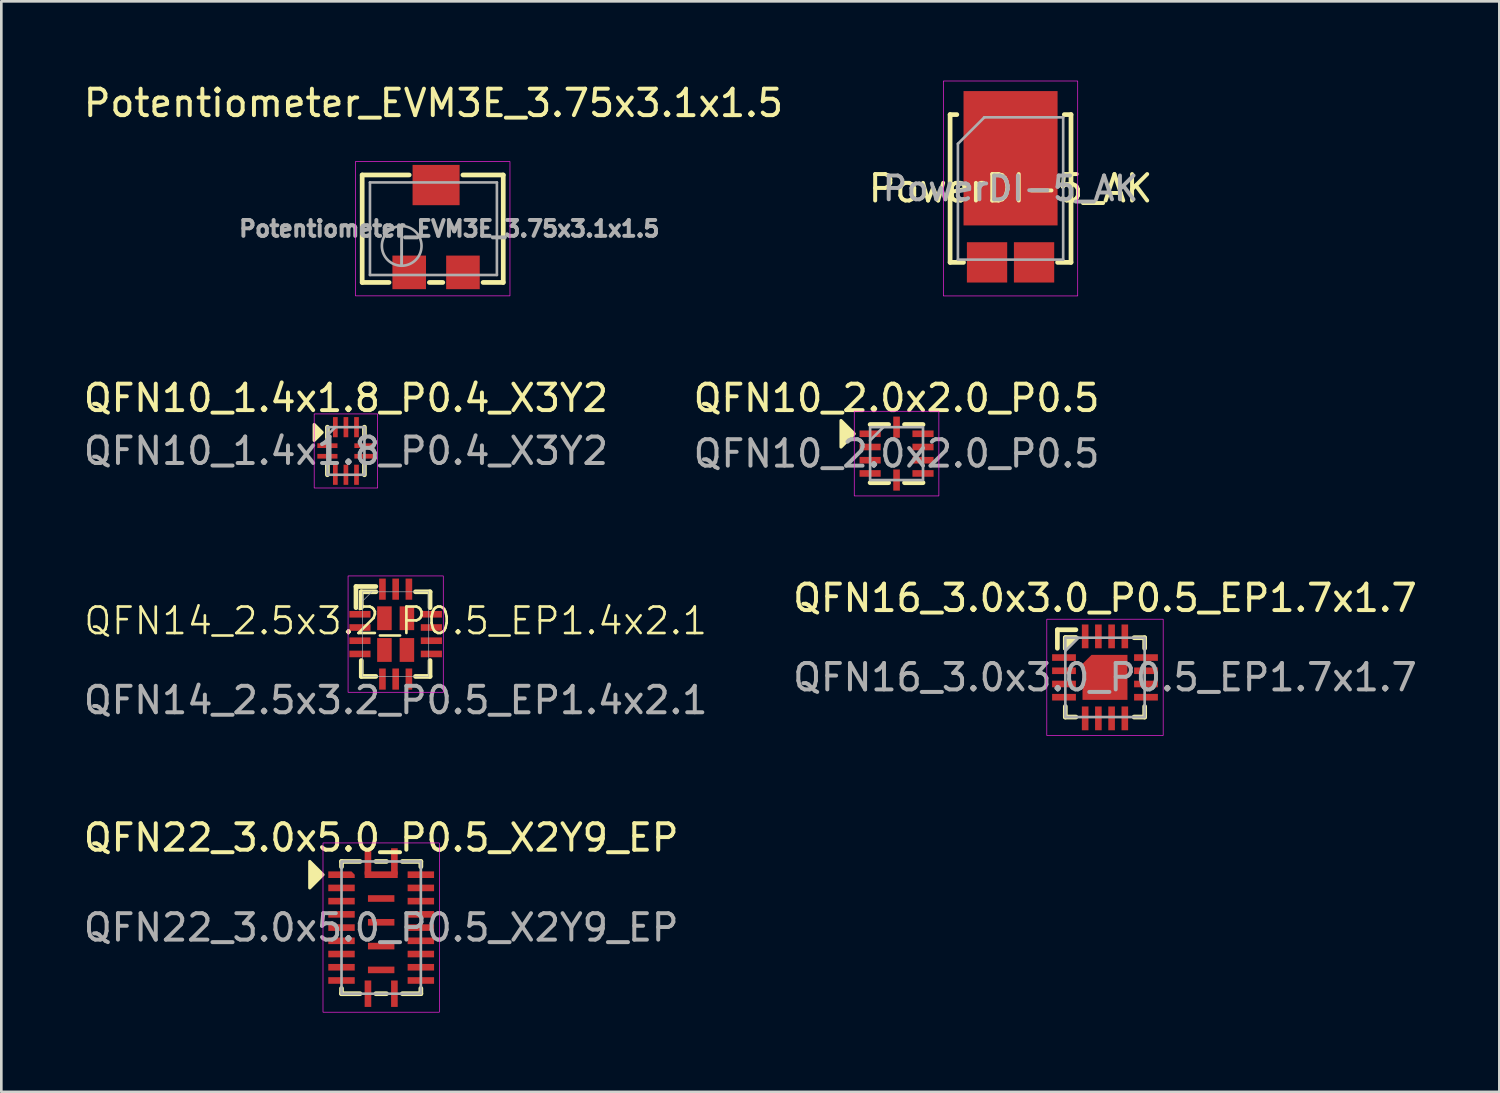
<source format=kicad_pcb>
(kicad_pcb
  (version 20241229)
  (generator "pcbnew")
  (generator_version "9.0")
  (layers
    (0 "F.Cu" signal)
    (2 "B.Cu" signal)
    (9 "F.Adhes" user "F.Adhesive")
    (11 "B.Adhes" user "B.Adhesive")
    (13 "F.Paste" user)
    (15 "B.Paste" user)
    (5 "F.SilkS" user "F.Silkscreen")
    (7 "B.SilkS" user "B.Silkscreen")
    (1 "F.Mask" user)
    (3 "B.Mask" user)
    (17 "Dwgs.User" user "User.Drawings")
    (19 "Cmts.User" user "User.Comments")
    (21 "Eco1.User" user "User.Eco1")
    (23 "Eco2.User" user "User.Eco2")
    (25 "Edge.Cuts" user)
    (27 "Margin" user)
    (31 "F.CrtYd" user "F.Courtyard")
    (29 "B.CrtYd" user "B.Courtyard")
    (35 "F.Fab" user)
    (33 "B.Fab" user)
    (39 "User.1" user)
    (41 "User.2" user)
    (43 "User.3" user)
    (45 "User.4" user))
  (footprint "QFN10_1.4x1.8_P0.4_X3Y2"
    (layer "F.Cu")
    (at 10.03 14.002)
    (property "Reference" "QFN10_1.4x1.8_P0.4_X3Y2" (at 0 -2 0) (unlocked yes) (layer "F.SilkS") (effects (font (size 1 1) (thickness 0.15))))
    (attr smd)
    (fp_line (start -0.7 -0.5) (end -0.7 -0.9) (stroke (width 0.178) (type solid)) (layer "F.SilkS"))
    (fp_line (start -0.7 0.5) (end -0.7 0.9) (stroke (width 0.178) (type solid)) (layer "F.SilkS"))
    (fp_line (start 0.7 -0.5) (end 0.7 -0.9) (stroke (width 0.178) (type solid)) (layer "F.SilkS"))
    (fp_line (start 0.7 0.9) (end 0.7 0.5) (stroke (width 0.178) (type solid)) (layer "F.SilkS"))
    (fp_poly (pts (xy -0.9 -0.7) (xy -1.2 -0.4) (xy -1.2 -1)) (stroke (width 0.12) (type solid)) (fill yes) (layer "F.SilkS"))
    (fp_rect (start -1.2 -1.4) (end 1.2 1.4) (stroke (width 0.025) (type solid)) (fill no) (layer "F.CrtYd"))
    (fp_line (start -0.7 -0.6) (end -0.4 -0.9) (stroke (width 0.1) (type solid)) (layer "F.Fab"))
    (fp_rect (start -0.7 0.9) (end 0.7 -0.9) (stroke (width 0.1) (type solid)) (fill no) (layer "F.Fab"))
    (fp_text user "${REFERENCE}" (at 0 0 0) (unlocked yes) (layer "F.Fab") (effects (font (size 1 1) (thickness 0.15))))
    (pad "1" smd rect (at -0.7 -0.2) (size 0.762 0.178) (layers "F.Cu" "F.Mask" "F.Paste"))
    (pad "2" smd rect (at -0.7 0.2) (size 0.762 0.178) (layers "F.Cu" "F.Mask" "F.Paste"))
    (pad "3" smd rect (at -0.4 0.9) (size 0.178 0.762) (layers "F.Cu" "F.Mask" "F.Paste"))
    (pad "4" smd rect (at 0 0.9) (size 0.178 0.762) (layers "F.Cu" "F.Mask" "F.Paste"))
    (pad "5" smd rect (at 0.4 0.9) (size 0.178 0.762) (layers "F.Cu" "F.Mask" "F.Paste"))
    (pad "6" smd rect (at 0.7 0.2) (size 0.762 0.178) (layers "F.Cu" "F.Mask" "F.Paste"))
    (pad "7" smd rect (at 0.7 -0.2) (size 0.762 0.178) (layers "F.Cu" "F.Mask" "F.Paste"))
    (pad "8" smd rect (at 0.4 -0.9) (size 0.178 0.762) (layers "F.Cu" "F.Mask" "F.Paste"))
    (pad "9" smd rect (at 0 -0.9) (size 0.178 0.762) (layers "F.Cu" "F.Mask" "F.Paste"))
    (pad "10" smd rect (at -0.4 -0.9) (size 0.178 0.762) (layers "F.Cu" "F.Mask" "F.Paste")))
  (footprint "QFN10_2.0x2.0_P0.5"
    (layer "F.Cu")
    (at 30.851 14.102)
    (property "Reference" "QFN10_2.0x2.0_P0.5" (at 0 -2.1 0) (unlocked yes) (layer "F.SilkS") (effects (font (size 1 1) (thickness 0.15))))
    (attr smd)
    (fp_line (start -1 -1.1) (end -0.3 -1.1) (stroke (width 0.178) (type solid)) (layer "F.SilkS"))
    (fp_line (start -1 1.1) (end -0.3 1.1) (stroke (width 0.178) (type solid)) (layer "F.SilkS"))
    (fp_line (start 0.3 -1.1) (end 1 -1.1) (stroke (width 0.178) (type solid)) (layer "F.SilkS"))
    (fp_line (start 0.3 1.1) (end 1 1.1) (stroke (width 0.178) (type solid)) (layer "F.SilkS"))
    (fp_poly (pts (xy -1.6 -0.75) (xy -2.1 -0.25) (xy -2.1 -1.25)) (stroke (width 0.12) (type solid)) (fill yes) (layer "F.SilkS"))
    (fp_rect (start -1.6 -1.6) (end 1.6 1.6) (stroke (width 0.025) (type solid)) (fill no) (layer "F.CrtYd"))
    (fp_line (start -1 -0.5) (end -0.5 -1) (stroke (width 0.1) (type solid)) (layer "F.Fab"))
    (fp_rect (start -1 1) (end 1 -1) (stroke (width 0.1) (type solid)) (fill no) (layer "F.Fab"))
    (fp_text user "${REFERENCE}" (at 0 0 0) (unlocked yes) (layer "F.Fab") (effects (font (size 1 1) (thickness 0.15))))
    (pad "1" smd roundrect (at -1 -0.75) (size 0.8 0.25) (layers "F.Cu" "F.Mask" "F.Paste") (roundrect_rratio 0) (chamfer_ratio 0.25) (chamfer top_right))
    (pad "2" smd rect (at -1 -0.25) (size 0.8 0.25) (layers "F.Cu" "F.Mask" "F.Paste"))
    (pad "3" smd rect (at -1 0.25) (size 0.8 0.25) (layers "F.Cu" "F.Mask" "F.Paste"))
    (pad "4" smd rect (at -1 0.75) (size 0.8 0.25) (layers "F.Cu" "F.Mask" "F.Paste"))
    (pad "5" smd rect (at 0 1) (size 0.25 0.8) (layers "F.Cu" "F.Mask" "F.Paste"))
    (pad "6" smd rect (at 1 0.75) (size 0.8 0.25) (layers "F.Cu" "F.Mask" "F.Paste"))
    (pad "7" smd rect (at 1 0.25) (size 0.8 0.25) (layers "F.Cu" "F.Mask" "F.Paste"))
    (pad "8" smd rect (at 1 -0.25) (size 0.8 0.25) (layers "F.Cu" "F.Mask" "F.Paste"))
    (pad "9" smd rect (at 1 -0.75) (size 0.8 0.25) (layers "F.Cu" "F.Mask" "F.Paste"))
    (pad "10" smd rect (at 0 -1) (size 0.25 0.8) (layers "F.Cu" "F.Mask" "F.Paste")))
  (footprint "Potentiometer_EVM3E_3.75x3.1x1.5"
    (layer "F.Cu")
    (at 13.439 5.598)
    (property "Reference" "Potentiometer_EVM3E_3.75x3.1x1.5" (at -0.1 -4.75 0) (layer "F.SilkS") (effects (font (size 1 1) (thickness 0.15))))
    (attr smd)
    (fp_line (start -2.794 -2.032) (end -2.794 2.032) (stroke (width 0.178) (type solid)) (layer "F.SilkS"))
    (fp_line (start -2.794 2.032) (end -1.778 2.032) (stroke (width 0.178) (type solid)) (layer "F.SilkS"))
    (fp_line (start -1.016 -2.032) (end -2.794 -2.032) (stroke (width 0.178) (type solid)) (layer "F.SilkS"))
    (fp_line (start 0.254 2.032) (end -0.254 2.032) (stroke (width 0.178) (type solid)) (layer "F.SilkS"))
    (fp_line (start 1.778 2.032) (end 2.54 2.032) (stroke (width 0.178) (type solid)) (layer "F.SilkS"))
    (fp_line (start 2.54 -2.032) (end 1.016 -2.032) (stroke (width 0.178) (type solid)) (layer "F.SilkS"))
    (fp_line (start 2.54 2.032) (end 2.54 -2.032) (stroke (width 0.178) (type solid)) (layer "F.SilkS"))
    (fp_rect (start -3.048 2.54) (end 2.794 -2.54) (stroke (width 0.025) (type solid)) (fill no) (layer "F.CrtYd"))
    (fp_line (start -2.5 -1.75) (end -2.5 1.75) (stroke (width 0.1) (type solid)) (layer "F.Fab"))
    (fp_line (start -2.5 1.75) (end 2.3 1.75) (stroke (width 0.1) (type solid)) (layer "F.Fab"))
    (fp_line (start -1.3 1.393) (end -1.299 -0.092) (stroke (width 0.1) (type solid)) (layer "F.Fab"))
    (fp_line (start -1.3 1.393) (end -1.299 -0.092) (stroke (width 0.1) (type solid)) (layer "F.Fab"))
    (fp_line (start 2.3 -1.75) (end -2.5 -1.75) (stroke (width 0.1) (type solid)) (layer "F.Fab"))
    (fp_line (start 2.3 1.75) (end 2.3 -1.75) (stroke (width 0.1) (type solid)) (layer "F.Fab"))
    (fp_circle (center -1.3 0.65) (end -0.55 0.65) (stroke (width 0.1) (type solid)) (fill no) (layer "F.Fab"))
    (fp_text user "${REFERENCE}" (at 0.5 0 0) (layer "F.Fab") (effects (font (size 0.6 0.6) (thickness 0.15))))
    (pad "1" smd rect (at -1.016 1.651) (size 1.27 1.27) (layers "F.Cu" "F.Mask" "F.Paste"))
    (pad "2" smd rect (at 0 -1.651) (size 1.778 1.524) (layers "F.Cu" "F.Mask" "F.Paste"))
    (pad "3" smd rect (at 1.016 1.651) (size 1.27 1.27) (layers "F.Cu" "F.Mask" "F.Paste")))
  (footprint "PowerDI-5_AK"
    (layer "F.Cu")
    (at 35.161 4.077)
    (property "Reference" "PowerDI-5_AK" (at 0 0 180) (layer "F.SilkS") (effects (font (size 1 1) (thickness 0.15))))
    (attr smd)
    (fp_line (start -2.286 -2.794) (end -2.286 2.794) (stroke (width 0.178) (type solid)) (layer "F.SilkS"))
    (fp_line (start -2.286 2.794) (end -1.778 2.794) (stroke (width 0.178) (type solid)) (layer "F.SilkS"))
    (fp_line (start -2.032 -2.794) (end -2.286 -2.794) (stroke (width 0.178) (type solid)) (layer "F.SilkS"))
    (fp_line (start 1.778 2.794) (end 2.286 2.794) (stroke (width 0.178) (type solid)) (layer "F.SilkS"))
    (fp_line (start 2.286 -2.794) (end 2.032 -2.794) (stroke (width 0.178) (type solid)) (layer "F.SilkS"))
    (fp_line (start 2.286 2.794) (end 2.286 -2.794) (stroke (width 0.178) (type solid)) (layer "F.SilkS"))
    (fp_rect (start -2.54 4.064) (end 2.54 -4.064) (stroke (width 0.025) (type solid)) (fill no) (layer "F.CrtYd"))
    (fp_line (start -1.99 -1.69) (end -1.99 2.69) (stroke (width 0.1) (type solid)) (layer "F.Fab"))
    (fp_line (start -1.99 -1.69) (end -0.99 -2.69) (stroke (width 0.1) (type solid)) (layer "F.Fab"))
    (fp_line (start -1.99 2.69) (end 1.99 2.69) (stroke (width 0.1) (type solid)) (layer "F.Fab"))
    (fp_line (start 1.99 -2.69) (end -1 -2.69) (stroke (width 0.1) (type solid)) (layer "F.Fab"))
    (fp_line (start 1.99 2.69) (end 1.99 -2.69) (stroke (width 0.1) (type solid)) (layer "F.Fab"))
    (fp_text user "${REFERENCE}" (at 0 0 0) (layer "F.Fab") (effects (font (size 0.9 0.9) (thickness 0.15))))
    (pad "" smd rect (at -1.016 -2.794) (size 1.27 1.27) (layers "F.Paste"))
    (pad "" smd rect (at -1.016 -1.143) (size 1.27 1.27) (layers "F.Paste"))
    (pad "" smd rect (at -1.016 0.508) (size 1.27 1.27) (layers "F.Paste"))
    (pad "" smd rect (at 1.016 -2.794) (size 1.27 1.27) (layers "F.Paste"))
    (pad "" smd rect (at 1.016 -1.143) (size 1.27 1.27) (layers "F.Paste"))
    (pad "" smd rect (at 1.016 0.508) (size 1.27 1.27) (layers "F.Paste"))
    (pad "A" smd rect (at -0.889 2.794) (size 1.524 1.524) (layers "F.Cu" "F.Mask" "F.Paste"))
    (pad "A" smd rect (at 0.889 2.794) (size 1.524 1.524) (layers "F.Cu" "F.Mask" "F.Paste"))
    (pad "K" smd rect (at 0 -1.143) (size 3.556 5.08) (layers "F.Cu" "F.Mask")))
  (footprint "QFN16_3.0x3.0_P0.5_EP1.7x1.7"
    (layer "F.Cu")
    (at 38.732 22.563)
    (property "Reference" "QFN16_3.0x3.0_P0.5_EP1.7x1.7" (at 0 -3 0) (unlocked yes) (layer "F.SilkS") (effects (font (size 1 1) (thickness 0.15))))
    (attr smd)
    (fp_line (start -1.8 -1.8) (end -1.1 -1.8) (stroke (width 0.178) (type solid)) (layer "F.SilkS"))
    (fp_line (start -1.8 -1.1) (end -1.8 -1.8) (stroke (width 0.178) (type solid)) (layer "F.SilkS"))
    (fp_line (start -1.5 -1.5) (end -1.1 -1.5) (stroke (width 0.178) (type solid)) (layer "F.SilkS"))
    (fp_line (start -1.5 -1.1) (end -1.5 -1.5) (stroke (width 0.178) (type solid)) (layer "F.SilkS"))
    (fp_line (start -1.5 1.1) (end -1.5 1.5) (stroke (width 0.178) (type solid)) (layer "F.SilkS"))
    (fp_line (start -1.5 1.5) (end -1.1 1.5) (stroke (width 0.178) (type solid)) (layer "F.SilkS"))
    (fp_line (start 1.1 -1.5) (end 1.5 -1.5) (stroke (width 0.178) (type solid)) (layer "F.SilkS"))
    (fp_line (start 1.1 1.5) (end 1.5 1.5) (stroke (width 0.178) (type solid)) (layer "F.SilkS"))
    (fp_line (start 1.5 -1.5) (end 1.5 -1.1) (stroke (width 0.178) (type solid)) (layer "F.SilkS"))
    (fp_line (start 1.5 1.5) (end 1.5 1.1) (stroke (width 0.178) (type solid)) (layer "F.SilkS"))
    (fp_poly (pts (xy -1.5 -1.1) (xy -1.5 -1.5) (xy -1.1 -1.5)) (stroke (width 0.178) (type solid)) (fill yes) (layer "F.SilkS"))
    (fp_rect (start -2.2 -2.2) (end 2.2 2.2) (stroke (width 0.025) (type solid)) (fill no) (layer "F.CrtYd"))
    (fp_line (start -1.5 -1) (end -1 -1.5) (stroke (width 0.1) (type solid)) (layer "F.Fab"))
    (fp_rect (start -1.5 -1.5) (end 1.5 1.5) (stroke (width 0.1) (type solid)) (fill no) (layer "F.Fab"))
    (fp_text user "${REFERENCE}" (at 0 0 0) (unlocked yes) (layer "F.Fab") (effects (font (size 1 1) (thickness 0.15))))
    (pad "1" smd rect (at -1.55 -0.75) (size 0.9 0.25) (layers "F.Cu" "F.Mask" "F.Paste"))
    (pad "2" smd rect (at -1.55 -0.25) (size 0.9 0.25) (layers "F.Cu" "F.Mask" "F.Paste"))
    (pad "3" smd rect (at -1.55 0.25) (size 0.9 0.25) (layers "F.Cu" "F.Mask" "F.Paste"))
    (pad "4" smd rect (at -1.55 0.75) (size 0.9 0.25) (layers "F.Cu" "F.Mask" "F.Paste"))
    (pad "5" smd rect (at -0.75 1.55) (size 0.25 0.9) (layers "F.Cu" "F.Mask" "F.Paste"))
    (pad "6" smd rect (at -0.25 1.55) (size 0.25 0.9) (layers "F.Cu" "F.Mask" "F.Paste"))
    (pad "7" smd rect (at 0.25 1.55) (size 0.25 0.9) (layers "F.Cu" "F.Mask" "F.Paste"))
    (pad "8" smd rect (at 0.75 1.55) (size 0.25 0.9) (layers "F.Cu" "F.Mask" "F.Paste"))
    (pad "9" smd rect (at 1.55 0.75) (size 0.9 0.25) (layers "F.Cu" "F.Mask" "F.Paste"))
    (pad "10" smd rect (at 1.55 0.25) (size 0.9 0.25) (layers "F.Cu" "F.Mask" "F.Paste"))
    (pad "11" smd rect (at 1.55 -0.25) (size 0.9 0.25) (layers "F.Cu" "F.Mask" "F.Paste"))
    (pad "12" smd rect (at 1.55 -0.75) (size 0.9 0.25) (layers "F.Cu" "F.Mask" "F.Paste"))
    (pad "13" smd rect (at 0.75 -1.55) (size 0.25 0.9) (layers "F.Cu" "F.Mask" "F.Paste"))
    (pad "14" smd rect (at 0.25 -1.55) (size 0.25 0.9) (layers "F.Cu" "F.Mask" "F.Paste"))
    (pad "15" smd rect (at -0.25 -1.55) (size 0.25 0.9) (layers "F.Cu" "F.Mask" "F.Paste"))
    (pad "16" smd rect (at -0.75 -1.55) (size 0.25 0.9) (layers "F.Cu" "F.Mask" "F.Paste"))
    (pad "17" smd roundrect (at 0 0) (size 1.7 1.7) (layers "F.Cu" "F.Mask" "F.Paste") (roundrect_rratio 0) (chamfer_ratio 0.2) (chamfer top_left)))
  (footprint "QFN14_2.5x3.2_P0.5_EP1.4x2.1"
    (layer "F.Cu")
    (at 11.911 20.927)
    (property "Reference" "QFN14_2.5x3.2_P0.5_EP1.4x2.1" (at 0 -0.5 0) (unlocked yes) (layer "F.SilkS") (effects (font (size 1 1) (thickness 0.1))))
    (attr smd)
    (fp_line (start -1.5 -1.8) (end -0.75 -1.8) (stroke (width 0.178) (type default)) (layer "F.SilkS"))
    (fp_line (start -1.5 -1) (end -1.5 -1.8) (stroke (width 0.178) (type default)) (layer "F.SilkS"))
    (fp_line (start -1.3 -1.6) (end -0.75 -1.6) (stroke (width 0.178) (type default)) (layer "F.SilkS"))
    (fp_line (start -1.3 -1) (end -1.3 -1.6) (stroke (width 0.178) (type default)) (layer "F.SilkS"))
    (fp_line (start -1.3 1.6) (end -1.3 1) (stroke (width 0.178) (type default)) (layer "F.SilkS"))
    (fp_line (start -0.75 1.6) (end -1.3 1.6) (stroke (width 0.178) (type default)) (layer "F.SilkS"))
    (fp_line (start 0.75 -1.6) (end 1.3 -1.6) (stroke (width 0.178) (type default)) (layer "F.SilkS"))
    (fp_line (start 0.75 1.6) (end 1.3 1.6) (stroke (width 0.178) (type default)) (layer "F.SilkS"))
    (fp_line (start 1.3 -1.6) (end 1.3 -1) (stroke (width 0.178) (type default)) (layer "F.SilkS"))
    (fp_line (start 1.3 1.6) (end 1.3 1) (stroke (width 0.178) (type default)) (layer "F.SilkS"))
    (fp_rect (start -1.8 -2.2) (end 1.8 2.2) (stroke (width 0.025) (type default)) (fill no) (layer "F.CrtYd"))
    (fp_line (start -0.9 -1.6) (end -1.25 -1.25) (stroke (width 0.025) (type default)) (layer "F.Fab"))
    (fp_rect (start -1.25 -1.6) (end 1.25 1.6) (stroke (width 0.025) (type default)) (fill no) (layer "F.Fab"))
    (fp_text user "${REFERENCE}" (at 0 2.5 0) (unlocked yes) (layer "F.Fab") (effects (font (size 1 1) (thickness 0.15))))
    (pad "1" smd rect (at -1.35 -0.75) (size 0.8 0.25) (layers "F.Cu" "F.Mask" "F.Paste"))
    (pad "2" smd rect (at -1.35 -0.25) (size 0.8 0.25) (layers "F.Cu" "F.Mask" "F.Paste"))
    (pad "3" smd rect (at -1.35 0.25) (size 0.8 0.25) (layers "F.Cu" "F.Mask" "F.Paste"))
    (pad "4" smd rect (at -1.35 0.75) (size 0.8 0.25) (layers "F.Cu" "F.Mask" "F.Paste"))
    (pad "5" smd rect (at -0.5 1.7) (size 0.25 0.8) (layers "F.Cu" "F.Mask" "F.Paste"))
    (pad "6" smd rect (at 0 1.7) (size 0.25 0.8) (layers "F.Cu" "F.Mask" "F.Paste"))
    (pad "7" smd rect (at 0.5 1.7) (size 0.25 0.8) (layers "F.Cu" "F.Mask" "F.Paste"))
    (pad "8" smd rect (at 1.35 0.75) (size 0.8 0.25) (layers "F.Cu" "F.Mask" "F.Paste"))
    (pad "9" smd rect (at 1.35 0.25) (size 0.8 0.25) (layers "F.Cu" "F.Mask" "F.Paste"))
    (pad "10" smd rect (at 1.35 -0.25) (size 0.8 0.25) (layers "F.Cu" "F.Mask" "F.Paste"))
    (pad "11" smd rect (at 1.35 -0.75) (size 0.8 0.25) (layers "F.Cu" "F.Mask" "F.Paste"))
    (pad "12" smd rect (at 0.5 -1.7) (size 0.25 0.8) (layers "F.Cu" "F.Mask" "F.Paste"))
    (pad "13" smd rect (at 0 -1.7) (size 0.25 0.8) (layers "F.Cu" "F.Mask" "F.Paste"))
    (pad "14" smd rect (at -0.5 -1.7) (size 0.25 0.8) (layers "F.Cu" "F.Mask" "F.Paste"))
    (pad "15" smd rect (at -0.425 -0.6) (size 0.55 0.9) (layers "F.Cu" "F.Mask" "F.Paste"))
    (pad "15" smd rect (at -0.425 0.6) (size 0.55 0.9) (layers "F.Cu" "F.Mask" "F.Paste"))
    (pad "15" smd rect (at 0.425 -0.6) (size 0.55 0.9) (layers "F.Cu" "F.Mask" "F.Paste"))
    (pad "15" smd rect (at 0.425 0.6) (size 0.55 0.9) (layers "F.Cu" "F.Mask" "F.Paste")))
  (footprint "QFN22_3.0x5.0_P0.5_X2Y9_EP"
    (layer "F.Cu")
    (at 11.363 32.024)
    (property "Reference" "QFN22_3.0x5.0_P0.5_X2Y9_EP" (at 0 -3.4 0) (unlocked yes) (layer "F.SilkS") (effects (font (size 1 1) (thickness 0.15))))
    (attr smd)
    (fp_line (start -1.5 -2.5) (end -0.8 -2.5) (stroke (width 0.178) (type solid)) (layer "F.SilkS"))
    (fp_line (start -1.5 -2.3) (end -1.5 -2.5) (stroke (width 0.178) (type solid)) (layer "F.SilkS"))
    (fp_line (start -1.5 2.3) (end -1.5 2.5) (stroke (width 0.178) (type solid)) (layer "F.SilkS"))
    (fp_line (start -1.5 2.5) (end -0.8 2.5) (stroke (width 0.178) (type solid)) (layer "F.SilkS"))
    (fp_line (start -0.2 -2.5) (end 0.2 -2.5) (stroke (width 0.178) (type solid)) (layer "F.SilkS"))
    (fp_line (start -0.2 2.5) (end 0.2 2.5) (stroke (width 0.178) (type solid)) (layer "F.SilkS"))
    (fp_line (start 0.8 -2.5) (end 1.5 -2.5) (stroke (width 0.178) (type solid)) (layer "F.SilkS"))
    (fp_line (start 0.8 2.5) (end 1.5 2.5) (stroke (width 0.178) (type solid)) (layer "F.SilkS"))
    (fp_line (start 1.5 -2.5) (end 1.5 -2.3) (stroke (width 0.178) (type solid)) (layer "F.SilkS"))
    (fp_line (start 1.5 2.5) (end 1.5 2.3) (stroke (width 0.178) (type solid)) (layer "F.SilkS"))
    (fp_poly (pts (xy -2.2 -2) (xy -2.7 -1.5) (xy -2.7 -2.5)) (stroke (width 0.12) (type solid)) (fill yes) (layer "F.SilkS"))
    (fp_rect (start -2.2 -3.2) (end 2.2 3.2) (stroke (width 0.025) (type solid)) (fill no) (layer "F.CrtYd"))
    (fp_rect (start -1.5 -2.5) (end 1.5 2.5) (stroke (width 0.1) (type solid)) (fill no) (layer "F.Fab"))
    (fp_text user "${REFERENCE}" (at 0 0 0) (unlocked yes) (layer "F.Fab") (effects (font (size 1 1) (thickness 0.15))))
    (pad "1" smd roundrect (at -1.5 -2) (size 1 0.25) (layers "F.Cu" "F.Mask" "F.Paste") (roundrect_rratio 0) (chamfer_ratio 0.5) (chamfer top_right))
    (pad "2" smd rect (at -1.5 -1.5) (size 1 0.25) (layers "F.Cu" "F.Mask" "F.Paste"))
    (pad "3" smd rect (at -1.5 -1) (size 1 0.25) (layers "F.Cu" "F.Mask" "F.Paste"))
    (pad "4" smd rect (at -1.5 -0.5) (size 1 0.25) (layers "F.Cu" "F.Mask" "F.Paste"))
    (pad "5" smd rect (at -1.5 0) (size 1 0.25) (layers "F.Cu" "F.Mask" "F.Paste"))
    (pad "6" smd rect (at -1.5 0.5) (size 1 0.25) (layers "F.Cu" "F.Mask" "F.Paste"))
    (pad "7" smd rect (at -1.5 1) (size 1 0.25) (layers "F.Cu" "F.Mask" "F.Paste"))
    (pad "8" smd rect (at -1.5 1.5) (size 1 0.25) (layers "F.Cu" "F.Mask" "F.Paste"))
    (pad "9" smd rect (at -1.5 2) (size 1 0.25) (layers "F.Cu" "F.Mask" "F.Paste"))
    (pad "10" smd rect (at -0.5 2.5) (size 0.25 1) (layers "F.Cu" "F.Mask" "F.Paste"))
    (pad "11" smd rect (at 0.5 2.5) (size 0.25 1) (layers "F.Cu" "F.Mask" "F.Paste"))
    (pad "12" smd rect (at 1.5 2) (size 1 0.25) (layers "F.Cu" "F.Mask" "F.Paste"))
    (pad "13" smd rect (at 1.5 1.5) (size 1 0.25) (layers "F.Cu" "F.Mask" "F.Paste"))
    (pad "14" smd rect (at 1.5 1) (size 1 0.25) (layers "F.Cu" "F.Mask" "F.Paste"))
    (pad "15" smd rect (at 1.5 0.5) (size 1 0.25) (layers "F.Cu" "F.Mask" "F.Paste"))
    (pad "16" smd rect (at 1.5 0) (size 1 0.25) (layers "F.Cu" "F.Mask" "F.Paste"))
    (pad "17" smd rect (at 1.5 -0.5) (size 1 0.25) (layers "F.Cu" "F.Mask" "F.Paste"))
    (pad "18" smd rect (at 1.5 -1) (size 1 0.25) (layers "F.Cu" "F.Mask" "F.Paste"))
    (pad "19" smd rect (at 1.5 -1.5) (size 1 0.25) (layers "F.Cu" "F.Mask" "F.Paste"))
    (pad "20" smd rect (at 1.5 -2) (size 1 0.25) (layers "F.Cu" "F.Mask" "F.Paste"))
    (pad "21" smd rect (at 0.5 -2.5) (size 0.25 1) (layers "F.Cu" "F.Mask" "F.Paste"))
    (pad "22" smd rect (at -0.5 -2.5) (size 0.25 1) (layers "F.Cu" "F.Mask" "F.Paste"))
    (pad "23" smd rect (at 0 -2) (size 1.25 0.25) (layers "F.Cu" "F.Mask" "F.Paste"))
    (pad "23" smd rect (at 0 -1.1) (size 1 0.25) (layers "F.Cu" "F.Mask" "F.Paste"))
    (pad "23" smd rect (at 0 -0.2) (size 1 0.25) (layers "F.Cu" "F.Mask" "F.Paste"))
    (pad "23" smd rect (at 0 0.7) (size 1 0.25) (layers "F.Cu" "F.Mask" "F.Paste"))
    (pad "23" smd rect (at 0 1.6) (size 1 0.25) (layers "F.Cu" "F.Mask" "F.Paste")))
  (gr_rect
    (start -3 -3)
    (end 53.643 38.236)
    (stroke (width 0.1) (type default))
    (fill no)
    (layer "Edge.Cuts")))
</source>
